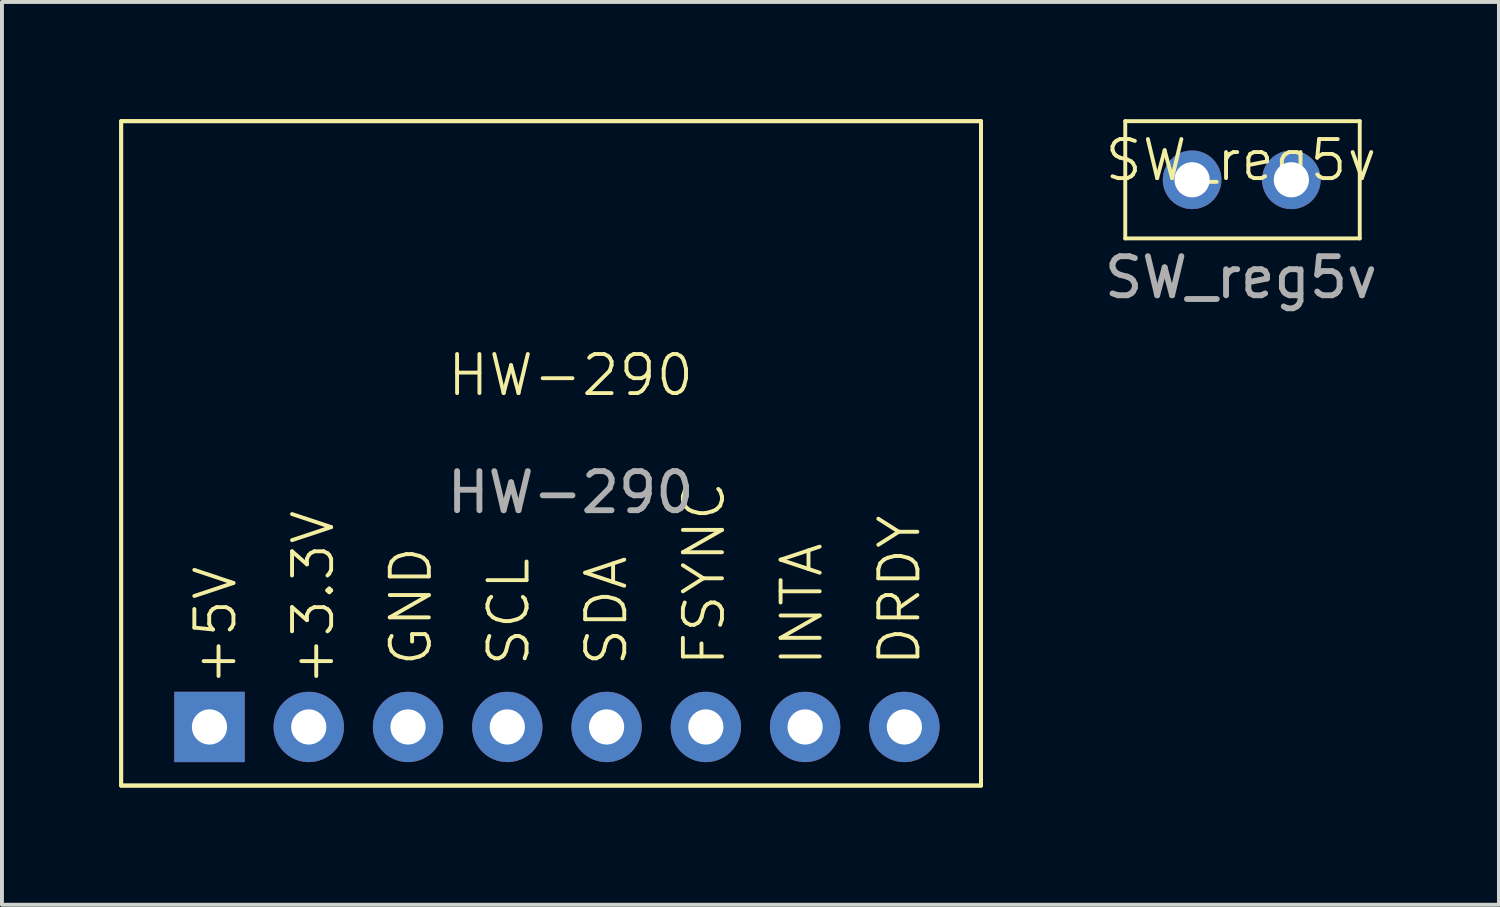
<source format=kicad_pcb>
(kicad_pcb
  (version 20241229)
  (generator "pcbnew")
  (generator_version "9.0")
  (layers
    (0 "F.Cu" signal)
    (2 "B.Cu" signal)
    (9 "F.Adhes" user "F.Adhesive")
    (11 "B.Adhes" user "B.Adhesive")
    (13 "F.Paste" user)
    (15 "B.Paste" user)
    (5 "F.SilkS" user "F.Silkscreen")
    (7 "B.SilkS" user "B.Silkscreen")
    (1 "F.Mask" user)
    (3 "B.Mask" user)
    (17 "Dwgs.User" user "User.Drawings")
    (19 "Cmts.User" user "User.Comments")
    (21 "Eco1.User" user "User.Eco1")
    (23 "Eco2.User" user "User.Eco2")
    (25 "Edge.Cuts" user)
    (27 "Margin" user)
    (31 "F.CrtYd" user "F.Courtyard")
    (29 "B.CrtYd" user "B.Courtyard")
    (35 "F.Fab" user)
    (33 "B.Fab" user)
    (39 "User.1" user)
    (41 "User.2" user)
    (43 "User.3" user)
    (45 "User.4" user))
  (footprint "SW_reg5v"
    (layer "F.Cu")
    (at 28.701 1.55)
    (property "Reference" "SW_reg5v" (at 0 -0.5 0) (unlocked yes) (layer "F.SilkS") (effects (font (size 1 1) (thickness 0.1))))
    (attr through_hole)
    (fp_line (start -2.96 -1.5) (end 3.04 -1.5) (stroke (width 0.1) (type default)) (layer "F.SilkS"))
    (fp_line (start -2.96 1.5) (end -2.96 -1.5) (stroke (width 0.1) (type default)) (layer "F.SilkS"))
    (fp_line (start 3.04 -1.5) (end 3.04 1.5) (stroke (width 0.1) (type default)) (layer "F.SilkS"))
    (fp_line (start 3.04 1.5) (end -2.96 1.5) (stroke (width 0.1) (type default)) (layer "F.SilkS"))
    (fp_text user "${REFERENCE}" (at 0 2.5 0) (unlocked yes) (layer "F.Fab") (effects (font (size 1 1) (thickness 0.15))))
    (pad "1" thru_hole circle (at -1.25 0) (size 1.5 1.5) (drill 0.9) (layers "*.Cu" "*.Mask"))
    (pad "2" thru_hole circle (at 1.29 0) (size 1.5 1.5) (drill 0.9) (layers "*.Cu" "*.Mask"))
    (zone (net_name "") (layer "F.SilkS") (hatch edge 0.5) (connect_pads) (min_thickness 0.25) (filled_areas_thickness no) (keepout (tracks allowed) (vias allowed) (pads not_allowed) (copperpour allowed) (footprints not_allowed)) (placement (enabled no)) (fill) (polygon (pts (xy 25.741 0.05) (xy 31.741 0.05) (xy 31.741 3.05) (xy 25.741 3.05)))))
  (footprint "HW-290"
    (layer "F.Cu")
    (at 9.55 6.55)
    (property "Reference" "HW-290" (at 2 0 0) (unlocked yes) (layer "F.SilkS") (effects (font (size 1 1) (thickness 0.1))))
    (attr through_hole)
    (fp_line (start -9.5 -6.5) (end 12.5 -6.5) (stroke (width 0.1) (type default)) (layer "F.SilkS"))
    (fp_line (start -9.5 10.5) (end -9.5 -6.5) (stroke (width 0.1) (type default)) (layer "F.SilkS"))
    (fp_line (start 12.5 -6.5) (end 12.5 10.5) (stroke (width 0.1) (type default)) (layer "F.SilkS"))
    (fp_line (start 12.5 10.5) (end -9.5 10.5) (stroke (width 0.1) (type default)) (layer "F.SilkS"))
    (fp_rect (start -9.5 -6.5) (end 12.5 10.5) (stroke (width 0.1) (type default)) (fill no) (layer "F.SilkS"))
    (fp_text user "SDA" (at 3.5 7.5 90) (unlocked yes) (layer "F.SilkS") (effects (font (size 1 1) (thickness 0.1)) (justify left bottom)))
    (fp_text user "+3.3V" (at -4 8 90) (unlocked yes) (layer "F.SilkS") (effects (font (size 1 1) (thickness 0.1)) (justify left bottom)))
    (fp_text user "+5V" (at -6.5 8 90) (unlocked yes) (layer "F.SilkS") (effects (font (size 1 1) (thickness 0.1)) (justify left bottom)))
    (fp_text user "SCL" (at 1 7.5 90) (unlocked yes) (layer "F.SilkS") (effects (font (size 1 1) (thickness 0.1)) (justify left bottom)))
    (fp_text user "GND" (at -1.5 7.5 90) (unlocked yes) (layer "F.SilkS") (effects (font (size 1 1) (thickness 0.1)) (justify left bottom)))
    (fp_text user "DRDY" (at 11 7.5 90) (unlocked yes) (layer "F.SilkS") (effects (font (size 1 1) (thickness 0.1)) (justify left bottom)))
    (fp_text user "FSYNC" (at 6 7.5 90) (unlocked yes) (layer "F.SilkS") (effects (font (size 1 1) (thickness 0.1)) (justify left bottom)))
    (fp_text user "INTA" (at 8.5 7.5 90) (unlocked yes) (layer "F.SilkS") (effects (font (size 1 1) (thickness 0.1)) (justify left bottom)))
    (fp_text user "${REFERENCE}" (at 2 3 0) (unlocked yes) (layer "F.Fab") (effects (font (size 1 1) (thickness 0.15))))
    (pad "1" thru_hole rect (at -7.24 9) (size 1.8 1.8) (drill 0.9) (layers "*.Cu" "*.Mask"))
    (pad "2" thru_hole circle (at -4.7 9) (size 1.8 1.8) (drill 0.9) (layers "*.Cu" "*.Mask"))
    (pad "3" thru_hole circle (at -2.16 9) (size 1.8 1.8) (drill 0.9) (layers "*.Cu" "*.Mask"))
    (pad "4" thru_hole circle (at 0.38 9) (size 1.8 1.8) (drill 0.9) (layers "*.Cu" "*.Mask"))
    (pad "5" thru_hole circle (at 2.92 9) (size 1.8 1.8) (drill 0.9) (layers "*.Cu" "*.Mask"))
    (pad "6" thru_hole circle (at 5.46 9) (size 1.8 1.8) (drill 0.9) (layers "*.Cu" "*.Mask"))
    (pad "7" thru_hole circle (at 8 9) (size 1.8 1.8) (drill 0.9) (layers "*.Cu" "*.Mask"))
    (pad "8" thru_hole circle (at 10.54 9) (size 1.8 1.8) (drill 0.9) (layers "*.Cu" "*.Mask"))
    (zone (net_name "") (layer "F.SilkS") (hatch edge 0.5) (connect_pads) (min_thickness 0.25) (filled_areas_thickness no) (keepout (tracks allowed) (vias allowed) (pads not_allowed) (copperpour allowed) (footprints not_allowed)) (placement (enabled no)) (fill) (polygon (pts (xy 0.05 0.05) (xy 22.05 0.05) (xy 22.05 17.05) (xy 0.05 17.05)))))
  (gr_rect
    (start -3 -3)
    (end 35.302 20.1)
    (stroke (width 0.1) (type default))
    (fill no)
    (layer "Edge.Cuts")))
</source>
